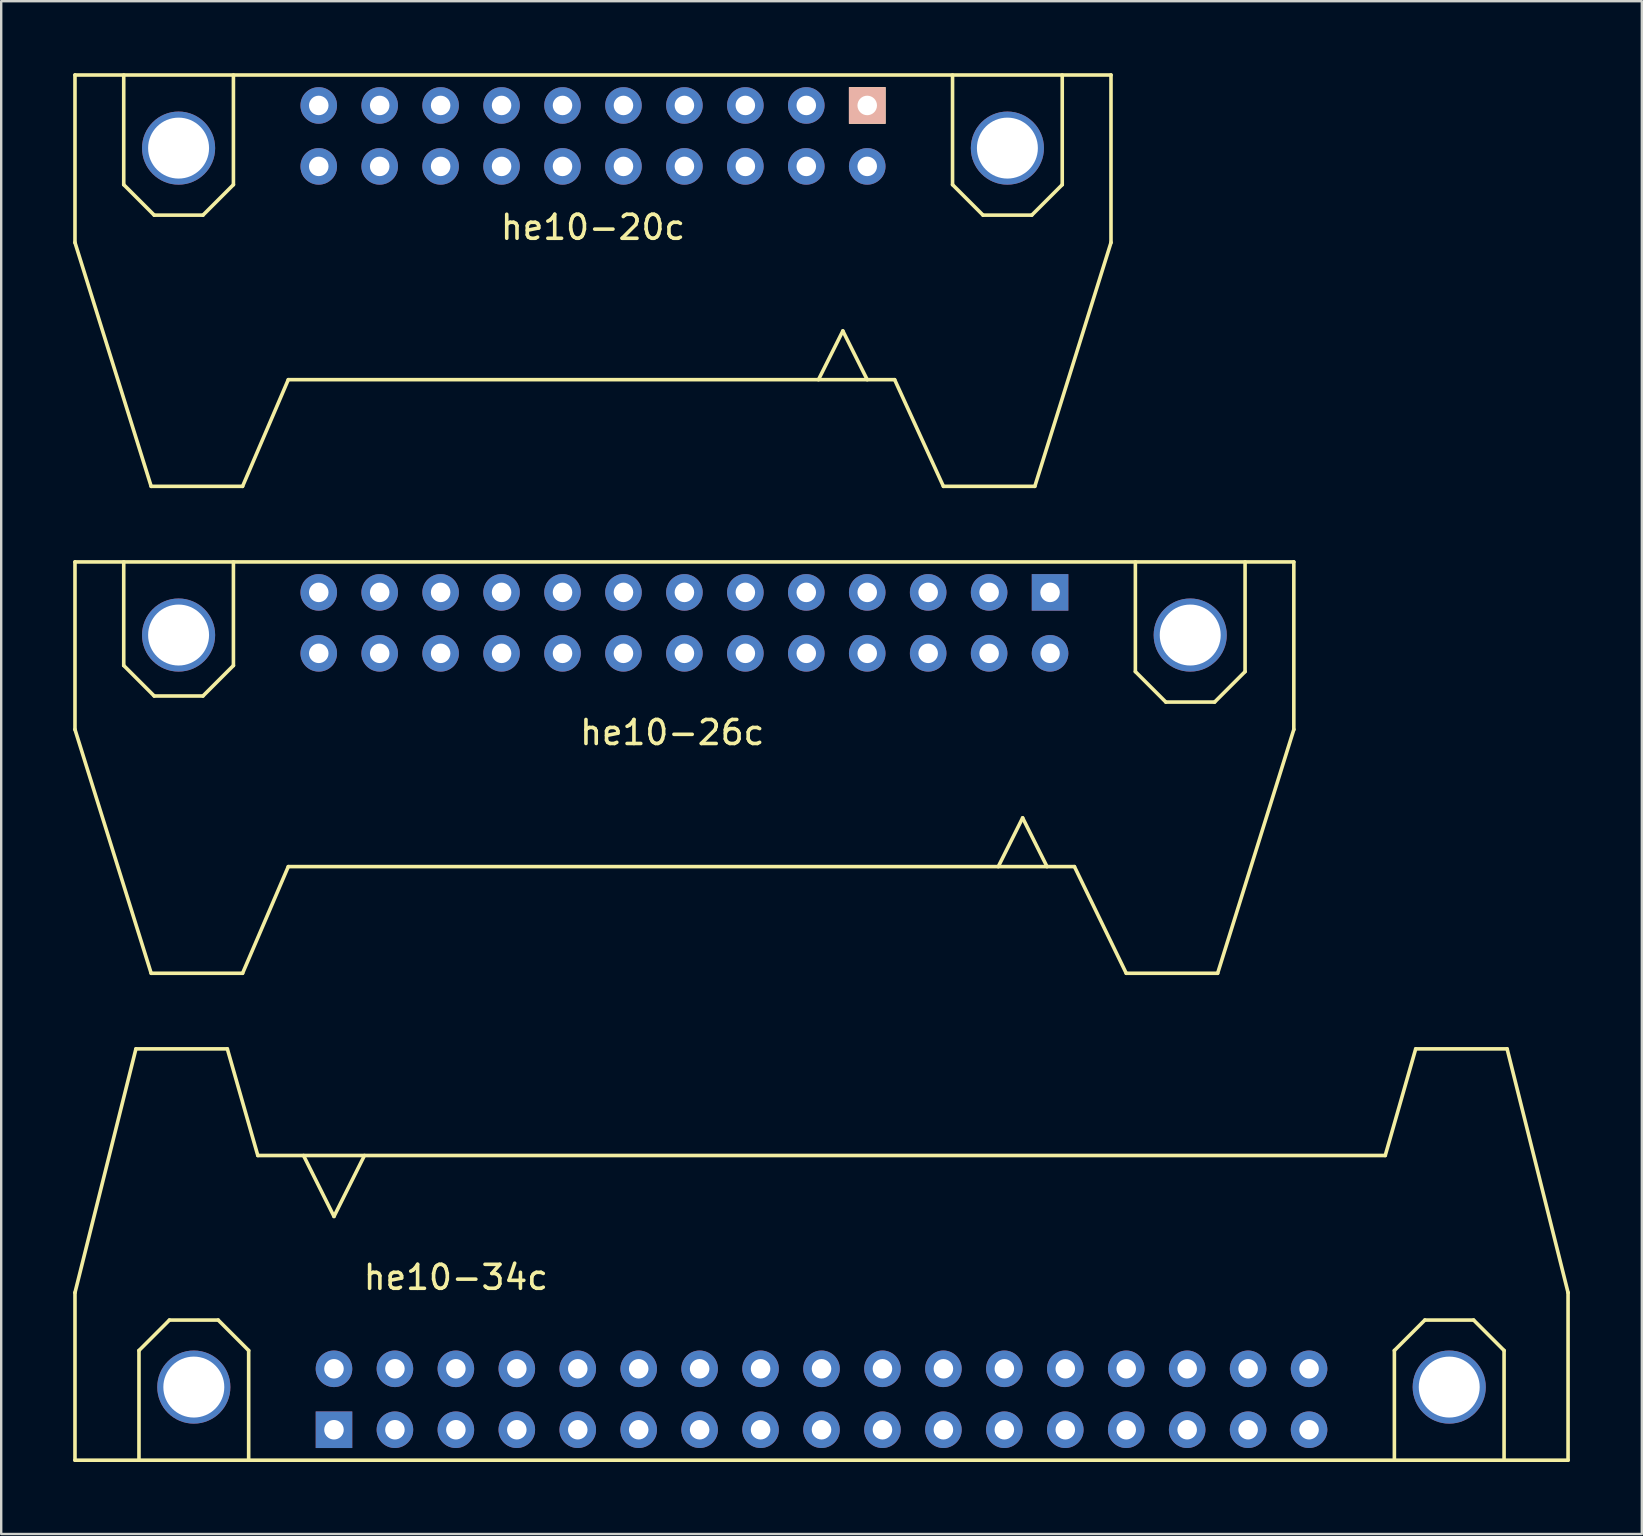
<source format=kicad_pcb>
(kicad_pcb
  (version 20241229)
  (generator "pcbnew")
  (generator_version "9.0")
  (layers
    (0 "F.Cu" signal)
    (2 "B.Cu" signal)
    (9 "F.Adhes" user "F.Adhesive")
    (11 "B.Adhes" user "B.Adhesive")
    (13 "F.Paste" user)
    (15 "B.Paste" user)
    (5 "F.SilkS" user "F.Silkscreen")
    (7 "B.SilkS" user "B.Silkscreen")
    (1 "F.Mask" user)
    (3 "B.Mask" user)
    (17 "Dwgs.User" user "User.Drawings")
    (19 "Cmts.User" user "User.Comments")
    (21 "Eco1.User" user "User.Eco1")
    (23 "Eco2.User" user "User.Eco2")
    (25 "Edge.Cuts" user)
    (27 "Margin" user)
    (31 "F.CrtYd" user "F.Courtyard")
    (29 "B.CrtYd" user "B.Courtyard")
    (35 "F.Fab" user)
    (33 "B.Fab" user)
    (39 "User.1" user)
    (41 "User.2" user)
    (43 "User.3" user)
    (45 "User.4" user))
  (footprint "he10-34c"
    (layer "F.Cu")
    (at 31.19 55.27)
    (property "Reference" "he10-34c" (at -15.24 -5.08 0) (layer "F.SilkS") (effects (font (size 1 1) (thickness 0.15))))
    (attr through_hole)
    (fp_line (start -31.115 -4.445) (end -31.115 2.54) (stroke (width 0.15) (type solid)) (layer "F.SilkS"))
    (fp_line (start -31.115 2.54) (end 31.115 2.54) (stroke (width 0.15) (type solid)) (layer "F.SilkS"))
    (fp_line (start -28.575 -14.605) (end -31.115 -4.445) (stroke (width 0.15) (type solid)) (layer "F.SilkS"))
    (fp_line (start -28.575 -14.605) (end -24.765 -14.605) (stroke (width 0.15) (type solid)) (layer "F.SilkS"))
    (fp_line (start -28.448 -2.032) (end -27.178 -3.302) (stroke (width 0.15) (type solid)) (layer "F.SilkS"))
    (fp_line (start -28.448 2.54) (end -28.448 -2.032) (stroke (width 0.15) (type solid)) (layer "F.SilkS"))
    (fp_line (start -27.178 -3.302) (end -25.146 -3.302) (stroke (width 0.15) (type solid)) (layer "F.SilkS"))
    (fp_line (start -25.146 -3.302) (end -23.876 -2.032) (stroke (width 0.15) (type solid)) (layer "F.SilkS"))
    (fp_line (start -24.765 -14.605) (end -23.495 -10.16) (stroke (width 0.15) (type solid)) (layer "F.SilkS"))
    (fp_line (start -23.876 2.54) (end -23.876 -2.032) (stroke (width 0.15) (type solid)) (layer "F.SilkS"))
    (fp_line (start -23.495 -10.16) (end 23.495 -10.16) (stroke (width 0.15) (type solid)) (layer "F.SilkS"))
    (fp_line (start -21.59 -10.16) (end -20.32 -7.62) (stroke (width 0.15) (type solid)) (layer "F.SilkS"))
    (fp_line (start -20.32 -7.62) (end -19.05 -10.16) (stroke (width 0.15) (type solid)) (layer "F.SilkS"))
    (fp_line (start 23.876 -2.032) (end 25.146 -3.302) (stroke (width 0.15) (type solid)) (layer "F.SilkS"))
    (fp_line (start 23.876 2.54) (end 23.876 -2.032) (stroke (width 0.15) (type solid)) (layer "F.SilkS"))
    (fp_line (start 24.765 -14.605) (end 23.495 -10.16) (stroke (width 0.15) (type solid)) (layer "F.SilkS"))
    (fp_line (start 25.146 -3.302) (end 27.178 -3.302) (stroke (width 0.15) (type solid)) (layer "F.SilkS"))
    (fp_line (start 27.178 -3.302) (end 28.448 -2.032) (stroke (width 0.15) (type solid)) (layer "F.SilkS"))
    (fp_line (start 28.448 -2.032) (end 28.448 2.54) (stroke (width 0.15) (type solid)) (layer "F.SilkS"))
    (fp_line (start 28.575 -14.605) (end 24.765 -14.605) (stroke (width 0.15) (type solid)) (layer "F.SilkS"))
    (fp_line (start 31.115 -4.445) (end 28.575 -14.605) (stroke (width 0.15) (type solid)) (layer "F.SilkS"))
    (fp_line (start 31.115 2.54) (end 31.115 -4.445) (stroke (width 0.15) (type solid)) (layer "F.SilkS"))
    (pad "0" thru_hole circle (at -26.162 -0.508) (size 3.048 3.048) (drill 2.54) (layers "*.Cu" "*.Mask"))
    (pad "0" thru_hole circle (at 26.162 -0.508) (size 3.048 3.048) (drill 2.54) (layers "*.Cu" "*.Mask"))
    (pad "1" thru_hole rect (at -20.32 1.27) (size 1.524 1.524) (drill 0.813) (layers "*.Cu" "*.Mask"))
    (pad "2" thru_hole circle (at -20.32 -1.27) (size 1.524 1.524) (drill 0.813) (layers "*.Cu" "*.Mask"))
    (pad "3" thru_hole circle (at -17.78 1.27) (size 1.524 1.524) (drill 0.813) (layers "*.Cu" "*.Mask"))
    (pad "4" thru_hole circle (at -17.78 -1.27) (size 1.524 1.524) (drill 0.813) (layers "*.Cu" "*.Mask"))
    (pad "5" thru_hole circle (at -15.24 1.27) (size 1.524 1.524) (drill 0.813) (layers "*.Cu" "*.Mask"))
    (pad "6" thru_hole circle (at -15.24 -1.27) (size 1.524 1.524) (drill 0.813) (layers "*.Cu" "*.Mask"))
    (pad "7" thru_hole circle (at -12.7 1.27) (size 1.524 1.524) (drill 0.813) (layers "*.Cu" "*.Mask"))
    (pad "8" thru_hole circle (at -12.7 -1.27) (size 1.524 1.524) (drill 0.813) (layers "*.Cu" "*.Mask"))
    (pad "9" thru_hole circle (at -10.16 1.27) (size 1.524 1.524) (drill 0.813) (layers "*.Cu" "*.Mask"))
    (pad "10" thru_hole circle (at -10.16 -1.27) (size 1.524 1.524) (drill 0.813) (layers "*.Cu" "*.Mask"))
    (pad "11" thru_hole circle (at -7.62 1.27) (size 1.524 1.524) (drill 0.813) (layers "*.Cu" "*.Mask"))
    (pad "12" thru_hole circle (at -7.62 -1.27) (size 1.524 1.524) (drill 0.813) (layers "*.Cu" "*.Mask"))
    (pad "13" thru_hole circle (at -5.08 1.27) (size 1.524 1.524) (drill 0.813) (layers "*.Cu" "*.Mask"))
    (pad "14" thru_hole circle (at -5.08 -1.27) (size 1.524 1.524) (drill 0.813) (layers "*.Cu" "*.Mask"))
    (pad "15" thru_hole circle (at -2.54 1.27) (size 1.524 1.524) (drill 0.813) (layers "*.Cu" "*.Mask"))
    (pad "16" thru_hole circle (at -2.54 -1.27) (size 1.524 1.524) (drill 0.813) (layers "*.Cu" "*.Mask"))
    (pad "17" thru_hole circle (at 0 1.27) (size 1.524 1.524) (drill 0.813) (layers "*.Cu" "*.Mask"))
    (pad "18" thru_hole circle (at 0 -1.27) (size 1.524 1.524) (drill 0.813) (layers "*.Cu" "*.Mask"))
    (pad "19" thru_hole circle (at 2.54 1.27) (size 1.524 1.524) (drill 0.813) (layers "*.Cu" "*.Mask"))
    (pad "20" thru_hole circle (at 2.54 -1.27) (size 1.524 1.524) (drill 0.813) (layers "*.Cu" "*.Mask"))
    (pad "21" thru_hole circle (at 5.08 1.27) (size 1.524 1.524) (drill 0.813) (layers "*.Cu" "*.Mask"))
    (pad "22" thru_hole circle (at 5.08 -1.27) (size 1.524 1.524) (drill 0.813) (layers "*.Cu" "*.Mask"))
    (pad "23" thru_hole circle (at 7.62 1.27) (size 1.524 1.524) (drill 0.813) (layers "*.Cu" "*.Mask"))
    (pad "24" thru_hole circle (at 7.62 -1.27) (size 1.524 1.524) (drill 0.813) (layers "*.Cu" "*.Mask"))
    (pad "25" thru_hole circle (at 10.16 1.27) (size 1.524 1.524) (drill 0.813) (layers "*.Cu" "*.Mask"))
    (pad "26" thru_hole circle (at 10.16 -1.27) (size 1.524 1.524) (drill 0.813) (layers "*.Cu" "*.Mask"))
    (pad "27" thru_hole circle (at 12.7 1.27) (size 1.524 1.524) (drill 0.813) (layers "*.Cu" "*.Mask"))
    (pad "28" thru_hole circle (at 12.7 -1.27) (size 1.524 1.524) (drill 0.813) (layers "*.Cu" "*.Mask"))
    (pad "29" thru_hole circle (at 15.24 1.27) (size 1.524 1.524) (drill 0.813) (layers "*.Cu" "*.Mask"))
    (pad "30" thru_hole circle (at 15.24 -1.27) (size 1.524 1.524) (drill 0.813) (layers "*.Cu" "*.Mask"))
    (pad "31" thru_hole circle (at 17.78 1.27) (size 1.524 1.524) (drill 0.813) (layers "*.Cu" "*.Mask"))
    (pad "32" thru_hole circle (at 17.78 -1.27) (size 1.524 1.524) (drill 0.813) (layers "*.Cu" "*.Mask"))
    (pad "33" thru_hole circle (at 20.32 1.27) (size 1.524 1.524) (drill 0.813) (layers "*.Cu" "*.Mask"))
    (pad "34" thru_hole circle (at 20.32 -1.27) (size 1.524 1.524) (drill 0.813) (layers "*.Cu" "*.Mask")))
  (footprint "he10-20c"
    (layer "F.Cu")
    (at 21.665 2.615)
    (property "Reference" "he10-20c" (at 0 3.81 0) (layer "F.SilkS") (effects (font (size 1 1) (thickness 0.15))))
    (attr through_hole)
    (fp_line (start -21.59 -2.54) (end -21.59 4.445) (stroke (width 0.15) (type solid)) (layer "F.SilkS"))
    (fp_line (start -21.59 -2.54) (end 21.59 -2.54) (stroke (width 0.15) (type solid)) (layer "F.SilkS"))
    (fp_line (start -21.59 4.445) (end -18.415 14.605) (stroke (width 0.15) (type solid)) (layer "F.SilkS"))
    (fp_line (start -19.558 2.032) (end -19.558 -2.54) (stroke (width 0.15) (type solid)) (layer "F.SilkS"))
    (fp_line (start -18.415 14.605) (end -14.605 14.605) (stroke (width 0.15) (type solid)) (layer "F.SilkS"))
    (fp_line (start -18.288 3.302) (end -19.558 2.032) (stroke (width 0.15) (type solid)) (layer "F.SilkS"))
    (fp_line (start -16.256 3.302) (end -18.288 3.302) (stroke (width 0.15) (type solid)) (layer "F.SilkS"))
    (fp_line (start -14.986 -2.54) (end -14.986 2.032) (stroke (width 0.15) (type solid)) (layer "F.SilkS"))
    (fp_line (start -14.986 2.032) (end -16.256 3.302) (stroke (width 0.15) (type solid)) (layer "F.SilkS"))
    (fp_line (start -14.605 14.605) (end -12.7 10.16) (stroke (width 0.15) (type solid)) (layer "F.SilkS"))
    (fp_line (start -12.7 10.16) (end 12.573 10.16) (stroke (width 0.15) (type solid)) (layer "F.SilkS"))
    (fp_line (start 10.414 8.128) (end 9.398 10.16) (stroke (width 0.15) (type solid)) (layer "F.SilkS"))
    (fp_line (start 11.43 10.16) (end 10.414 8.128) (stroke (width 0.15) (type solid)) (layer "F.SilkS"))
    (fp_line (start 14.605 14.605) (end 12.573 10.16) (stroke (width 0.15) (type solid)) (layer "F.SilkS"))
    (fp_line (start 14.986 2.032) (end 14.986 -2.54) (stroke (width 0.15) (type solid)) (layer "F.SilkS"))
    (fp_line (start 16.256 3.302) (end 14.986 2.032) (stroke (width 0.15) (type solid)) (layer "F.SilkS"))
    (fp_line (start 18.288 3.302) (end 16.256 3.302) (stroke (width 0.15) (type solid)) (layer "F.SilkS"))
    (fp_line (start 18.415 14.605) (end 14.605 14.605) (stroke (width 0.15) (type solid)) (layer "F.SilkS"))
    (fp_line (start 19.558 -2.54) (end 19.558 2.032) (stroke (width 0.15) (type solid)) (layer "F.SilkS"))
    (fp_line (start 19.558 2.032) (end 18.288 3.302) (stroke (width 0.15) (type solid)) (layer "F.SilkS"))
    (fp_line (start 21.59 -2.54) (end 21.59 4.445) (stroke (width 0.15) (type solid)) (layer "F.SilkS"))
    (fp_line (start 21.59 4.445) (end 18.415 14.605) (stroke (width 0.15) (type solid)) (layer "F.SilkS"))
    (pad "0" thru_hole circle (at -17.272 0.508) (size 3.048 3.048) (drill 2.54) (layers "*.Cu" "*.Mask"))
    (pad "0" thru_hole circle (at 17.272 0.508) (size 3.048 3.048) (drill 2.54) (layers "*.Cu" "*.Mask"))
    (pad "1" thru_hole rect (at 11.43 -1.27) (size 1.524 1.524) (drill 0.813) (layers "*.Cu" "*.SilkS" "*.Mask"))
    (pad "2" thru_hole circle (at 11.43 1.27) (size 1.524 1.524) (drill 0.813) (layers "*.Cu" "*.Mask"))
    (pad "3" thru_hole circle (at 8.89 -1.27) (size 1.524 1.524) (drill 0.813) (layers "*.Cu" "*.Mask"))
    (pad "4" thru_hole circle (at 8.89 1.27) (size 1.524 1.524) (drill 0.813) (layers "*.Cu" "*.Mask"))
    (pad "5" thru_hole circle (at 6.35 -1.27) (size 1.524 1.524) (drill 0.813) (layers "*.Cu" "*.Mask"))
    (pad "6" thru_hole circle (at 6.35 1.27) (size 1.524 1.524) (drill 0.813) (layers "*.Cu" "*.Mask"))
    (pad "7" thru_hole circle (at 3.81 -1.27) (size 1.524 1.524) (drill 0.813) (layers "*.Cu" "*.Mask"))
    (pad "8" thru_hole circle (at 3.81 1.27) (size 1.524 1.524) (drill 0.813) (layers "*.Cu" "*.Mask"))
    (pad "9" thru_hole circle (at 1.27 -1.27) (size 1.524 1.524) (drill 0.813) (layers "*.Cu" "*.Mask"))
    (pad "10" thru_hole circle (at 1.27 1.27) (size 1.524 1.524) (drill 0.813) (layers "*.Cu" "*.Mask"))
    (pad "11" thru_hole circle (at -1.27 -1.27) (size 1.524 1.524) (drill 0.813) (layers "*.Cu" "*.Mask"))
    (pad "12" thru_hole circle (at -1.27 1.27) (size 1.524 1.524) (drill 0.813) (layers "*.Cu" "*.Mask"))
    (pad "13" thru_hole circle (at -3.81 -1.27) (size 1.524 1.524) (drill 0.813) (layers "*.Cu" "*.Mask"))
    (pad "14" thru_hole circle (at -3.81 1.27) (size 1.524 1.524) (drill 0.813) (layers "*.Cu" "*.Mask"))
    (pad "15" thru_hole circle (at -6.35 -1.27) (size 1.524 1.524) (drill 0.813) (layers "*.Cu" "*.Mask"))
    (pad "16" thru_hole circle (at -6.35 1.27) (size 1.524 1.524) (drill 0.813) (layers "*.Cu" "*.Mask"))
    (pad "17" thru_hole circle (at -8.89 -1.27) (size 1.524 1.524) (drill 0.813) (layers "*.Cu" "*.Mask"))
    (pad "18" thru_hole circle (at -8.89 1.27) (size 1.524 1.524) (drill 0.813) (layers "*.Cu" "*.Mask"))
    (pad "19" thru_hole circle (at -11.43 -1.27) (size 1.524 1.524) (drill 0.813) (layers "*.Cu" "*.Mask"))
    (pad "20" thru_hole circle (at -11.43 1.27) (size 1.524 1.524) (drill 0.813) (layers "*.Cu" "*.Mask")))
  (footprint "he10-26c"
    (layer "F.Cu")
    (at 25.475 22.91)
    (property "Reference" "he10-26c" (at -0.508 4.572 0) (layer "F.SilkS") (effects (font (size 1 1) (thickness 0.15))))
    (attr through_hole)
    (fp_line (start -25.4 -2.54) (end -25.4 4.445) (stroke (width 0.15) (type solid)) (layer "F.SilkS"))
    (fp_line (start -25.4 -2.54) (end 25.4 -2.54) (stroke (width 0.15) (type solid)) (layer "F.SilkS"))
    (fp_line (start -25.4 4.445) (end -22.225 14.605) (stroke (width 0.15) (type solid)) (layer "F.SilkS"))
    (fp_line (start -23.368 1.778) (end -23.368 -2.54) (stroke (width 0.15) (type solid)) (layer "F.SilkS"))
    (fp_line (start -22.225 14.605) (end -18.415 14.605) (stroke (width 0.15) (type solid)) (layer "F.SilkS"))
    (fp_line (start -22.098 3.048) (end -23.368 1.778) (stroke (width 0.15) (type solid)) (layer "F.SilkS"))
    (fp_line (start -20.066 3.048) (end -22.098 3.048) (stroke (width 0.15) (type solid)) (layer "F.SilkS"))
    (fp_line (start -18.796 -2.54) (end -18.796 1.778) (stroke (width 0.15) (type solid)) (layer "F.SilkS"))
    (fp_line (start -18.796 1.778) (end -20.066 3.048) (stroke (width 0.15) (type solid)) (layer "F.SilkS"))
    (fp_line (start -18.415 14.605) (end -16.51 10.16) (stroke (width 0.15) (type solid)) (layer "F.SilkS"))
    (fp_line (start 14.097 8.128) (end 13.081 10.16) (stroke (width 0.15) (type solid)) (layer "F.SilkS"))
    (fp_line (start 15.113 10.16) (end 14.097 8.128) (stroke (width 0.15) (type solid)) (layer "F.SilkS"))
    (fp_line (start 16.256 10.16) (end -16.51 10.16) (stroke (width 0.15) (type solid)) (layer "F.SilkS"))
    (fp_line (start 18.415 14.605) (end 16.256 10.16) (stroke (width 0.15) (type solid)) (layer "F.SilkS"))
    (fp_line (start 18.796 2.032) (end 18.796 -2.54) (stroke (width 0.15) (type solid)) (layer "F.SilkS"))
    (fp_line (start 20.066 3.302) (end 18.796 2.032) (stroke (width 0.15) (type solid)) (layer "F.SilkS"))
    (fp_line (start 22.098 3.302) (end 20.066 3.302) (stroke (width 0.15) (type solid)) (layer "F.SilkS"))
    (fp_line (start 22.225 14.605) (end 18.415 14.605) (stroke (width 0.15) (type solid)) (layer "F.SilkS"))
    (fp_line (start 23.368 -2.54) (end 23.368 2.032) (stroke (width 0.15) (type solid)) (layer "F.SilkS"))
    (fp_line (start 23.368 2.032) (end 22.098 3.302) (stroke (width 0.15) (type solid)) (layer "F.SilkS"))
    (fp_line (start 25.4 -2.54) (end 25.4 4.445) (stroke (width 0.15) (type solid)) (layer "F.SilkS"))
    (fp_line (start 25.4 4.445) (end 22.225 14.605) (stroke (width 0.15) (type solid)) (layer "F.SilkS"))
    (pad "0" thru_hole circle (at -21.082 0.508) (size 3.048 3.048) (drill 2.54) (layers "*.Cu" "*.Mask"))
    (pad "0" thru_hole circle (at 21.082 0.508) (size 3.048 3.048) (drill 2.54) (layers "*.Cu" "*.Mask"))
    (pad "1" thru_hole rect (at 15.24 -1.27) (size 1.524 1.524) (drill 0.813) (layers "*.Cu" "*.Mask"))
    (pad "2" thru_hole circle (at 15.24 1.27) (size 1.524 1.524) (drill 0.813) (layers "*.Cu" "*.Mask"))
    (pad "3" thru_hole circle (at 12.7 -1.27) (size 1.524 1.524) (drill 0.813) (layers "*.Cu" "*.Mask"))
    (pad "4" thru_hole circle (at 12.7 1.27) (size 1.524 1.524) (drill 0.813) (layers "*.Cu" "*.Mask"))
    (pad "5" thru_hole circle (at 10.16 -1.27) (size 1.524 1.524) (drill 0.813) (layers "*.Cu" "*.Mask"))
    (pad "6" thru_hole circle (at 10.16 1.27) (size 1.524 1.524) (drill 0.813) (layers "*.Cu" "*.Mask"))
    (pad "7" thru_hole circle (at 7.62 -1.27) (size 1.524 1.524) (drill 0.813) (layers "*.Cu" "*.Mask"))
    (pad "8" thru_hole circle (at 7.62 1.27) (size 1.524 1.524) (drill 0.813) (layers "*.Cu" "*.Mask"))
    (pad "9" thru_hole circle (at 5.08 -1.27) (size 1.524 1.524) (drill 0.813) (layers "*.Cu" "*.Mask"))
    (pad "10" thru_hole circle (at 5.08 1.27) (size 1.524 1.524) (drill 0.813) (layers "*.Cu" "*.Mask"))
    (pad "11" thru_hole circle (at 2.54 -1.27) (size 1.524 1.524) (drill 0.813) (layers "*.Cu" "*.Mask"))
    (pad "12" thru_hole circle (at 2.54 1.27) (size 1.524 1.524) (drill 0.813) (layers "*.Cu" "*.Mask"))
    (pad "13" thru_hole circle (at 0 -1.27) (size 1.524 1.524) (drill 0.813) (layers "*.Cu" "*.Mask"))
    (pad "14" thru_hole circle (at 0 1.27) (size 1.524 1.524) (drill 0.813) (layers "*.Cu" "*.Mask"))
    (pad "15" thru_hole circle (at -2.54 -1.27) (size 1.524 1.524) (drill 0.813) (layers "*.Cu" "*.Mask"))
    (pad "16" thru_hole circle (at -2.54 1.27) (size 1.524 1.524) (drill 0.813) (layers "*.Cu" "*.Mask"))
    (pad "17" thru_hole circle (at -5.08 -1.27) (size 1.524 1.524) (drill 0.813) (layers "*.Cu" "*.Mask"))
    (pad "18" thru_hole circle (at -5.08 1.27) (size 1.524 1.524) (drill 0.813) (layers "*.Cu" "*.Mask"))
    (pad "19" thru_hole circle (at -7.62 -1.27) (size 1.524 1.524) (drill 0.813) (layers "*.Cu" "*.Mask"))
    (pad "20" thru_hole circle (at -7.62 1.27) (size 1.524 1.524) (drill 0.813) (layers "*.Cu" "*.Mask"))
    (pad "21" thru_hole circle (at -10.16 -1.27) (size 1.524 1.524) (drill 0.813) (layers "*.Cu" "*.Mask"))
    (pad "22" thru_hole circle (at -10.16 1.27) (size 1.524 1.524) (drill 0.813) (layers "*.Cu" "*.Mask"))
    (pad "23" thru_hole circle (at -12.7 -1.27) (size 1.524 1.524) (drill 0.813) (layers "*.Cu" "*.Mask"))
    (pad "24" thru_hole circle (at -12.7 1.27) (size 1.524 1.524) (drill 0.813) (layers "*.Cu" "*.Mask"))
    (pad "25" thru_hole circle (at -15.24 -1.27) (size 1.524 1.524) (drill 0.813) (layers "*.Cu" "*.Mask"))
    (pad "26" thru_hole circle (at -15.24 1.27) (size 1.524 1.524) (drill 0.813) (layers "*.Cu" "*.Mask")))
  (gr_rect
    (start -3 -3)
    (end 65.38 60.885)
    (stroke (width 0.1) (type default))
    (fill no)
    (layer "Edge.Cuts")))
</source>
